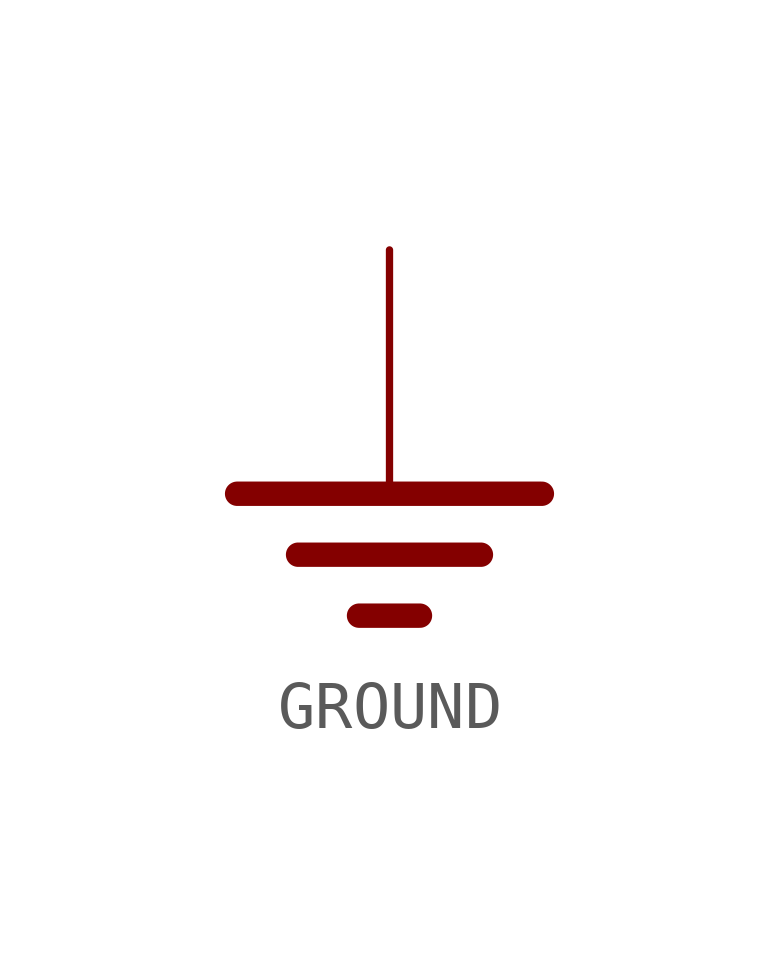
<source format=kicad_sym>
(kicad_symbol_lib
  (version 20211014)
  (generator kicad_symbol_editor)
  (symbol "GROUND"
    (power)
    (pin_numbers hide)
    (pin_names
      (offset 0))
    (property "Reference" "U"
      (at 0 -5.08 0)
      (effects (font (size 1.778 1.778)) hide))
    (symbol "GROUND_0_1"
      (polyline (pts (xy -3.175 0) (xy 3.175 0)) (stroke (width 0.508) (type default) (color 0 0 0 0)) (fill (type none)))
      (polyline (pts (xy -1.905 -1.27) (xy 1.905 -1.27)) (stroke (width 0.508) (type default) (color 0 0 0 0)) (fill (type none)))
      (polyline (pts (xy -0.635 -2.54) (xy 0.635 -2.54)) (stroke (width 0.508) (type default) (color 0 0 0 0)) (fill (type none)))
      (polyline (pts (xy 0 5.08) (xy 0 0)) (stroke (width 0) (type default) (color 0 0 0 0)) (fill (type none))))
    (symbol "GROUND_1_1"
      (pin power_in line (at 0 5.08 270) (length 5.08) hide (name "GND" (effects (font (size 1.27 1.27)))) (number "1" (effects (font (size 1.27 1.27))))))))
</source>
